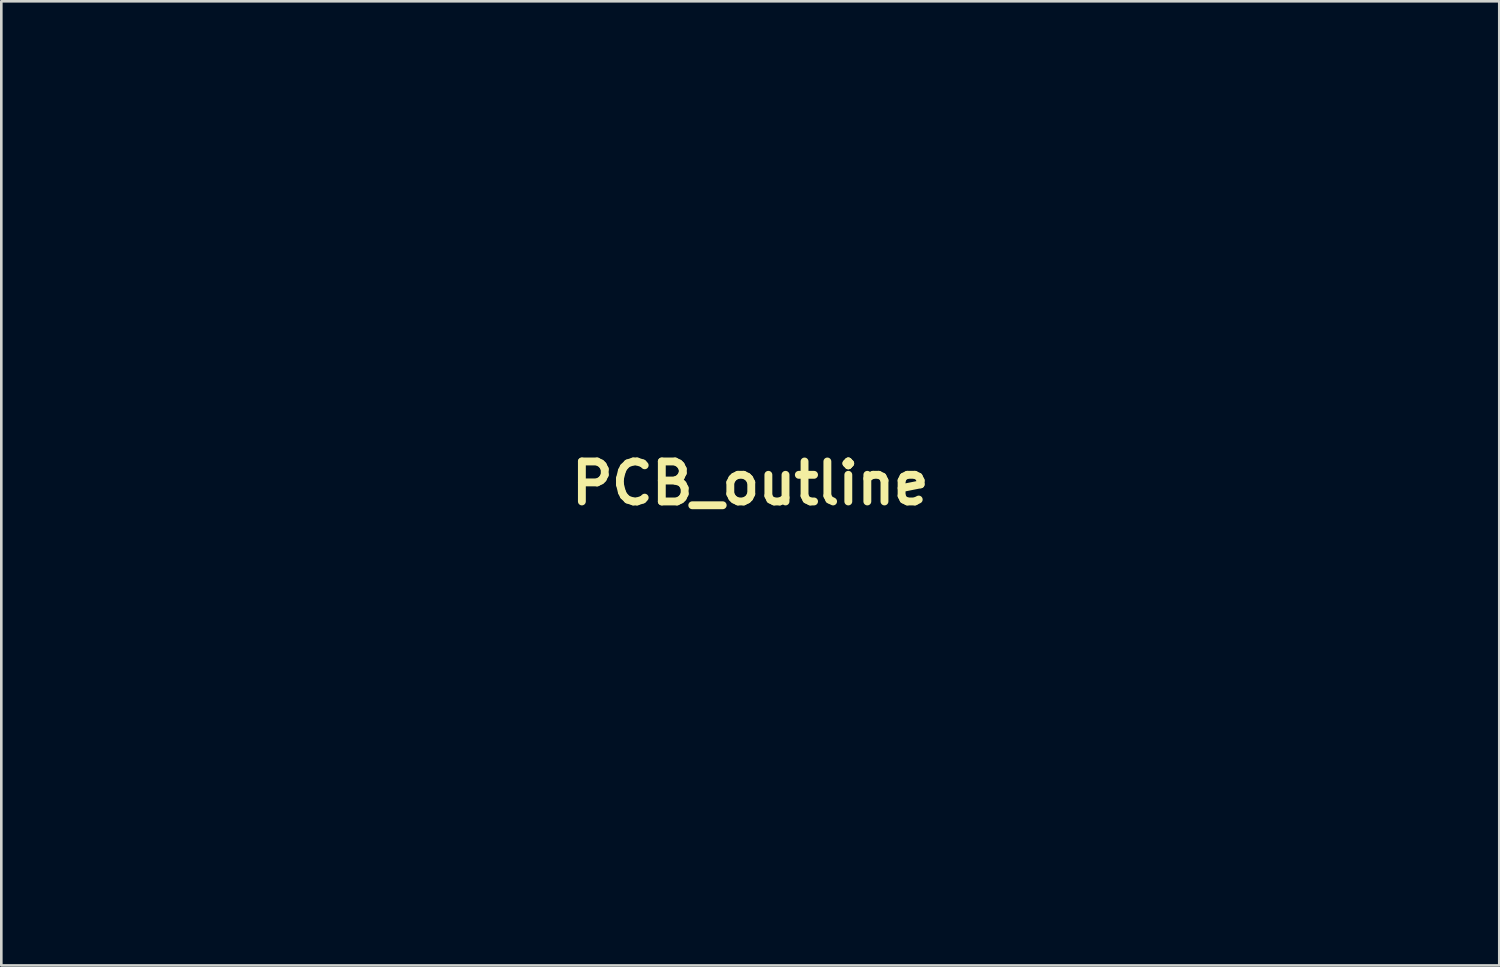
<source format=kicad_pcb>
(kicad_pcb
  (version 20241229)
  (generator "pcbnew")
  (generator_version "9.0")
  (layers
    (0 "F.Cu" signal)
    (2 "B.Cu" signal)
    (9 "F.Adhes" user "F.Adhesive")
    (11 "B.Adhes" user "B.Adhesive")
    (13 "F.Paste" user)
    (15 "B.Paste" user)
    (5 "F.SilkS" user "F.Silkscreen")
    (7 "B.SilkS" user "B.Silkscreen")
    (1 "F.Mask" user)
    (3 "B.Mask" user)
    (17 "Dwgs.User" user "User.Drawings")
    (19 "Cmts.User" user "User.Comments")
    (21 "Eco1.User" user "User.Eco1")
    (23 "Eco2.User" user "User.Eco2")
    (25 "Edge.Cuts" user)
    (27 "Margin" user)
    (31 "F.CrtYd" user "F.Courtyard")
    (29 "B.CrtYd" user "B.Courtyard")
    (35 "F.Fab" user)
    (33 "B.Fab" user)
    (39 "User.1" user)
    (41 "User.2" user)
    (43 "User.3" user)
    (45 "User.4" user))
  (footprint "PCB_outline"
    (layer "F.Cu")
    (at 25.562 15.383)
    (property "Reference" "PCB_outline" (at 0 0 0) (layer "F.SilkS") (effects (font (size 1.524 1.524) (thickness 0.3))))
    (attr through_hole)
    (fp_poly (pts (xy 25.557 15.378) (xy 14.657 15.378) (xy 14.657 12.512) (xy 19.214 12.512) (xy 19.216 12.669) (xy 19.222 12.781) (xy 19.236 12.868) (xy 19.261 12.947) (xy 19.301 13.038) (xy 19.312 13.06) (xy 19.463 13.31) (xy 19.653 13.515) (xy 19.875 13.673) (xy 20.122 13.78) (xy 20.387 13.833) (xy 20.664 13.829) (xy 20.844 13.795) (xy 21.114 13.694) (xy 21.348 13.542) (xy 21.544 13.342) (xy 21.697 13.097) (xy 21.748 12.99) (xy 21.782 12.906) (xy 21.802 12.826) (xy 21.811 12.732) (xy 21.814 12.604) (xy 21.814 12.514) (xy 21.813 12.357) (xy 21.807 12.245) (xy 21.793 12.157) (xy 21.767 12.077) (xy 21.727 11.985) (xy 21.713 11.955) (xy 21.564 11.711) (xy 21.37 11.507) (xy 21.137 11.347) (xy 20.875 11.239) (xy 20.72 11.204) (xy 20.449 11.188) (xy 20.183 11.23) (xy 19.932 11.325) (xy 19.704 11.47) (xy 19.506 11.659) (xy 19.349 11.888) (xy 19.315 11.955) (xy 19.27 12.054) (xy 19.241 12.136) (xy 19.224 12.22) (xy 19.217 12.324) (xy 19.214 12.468) (xy 19.214 12.512) (xy 14.657 12.512) (xy 14.657 11.588) (xy 12.434 11.588) (xy 12.434 8.048) (xy 10.476 8.065) (xy 10.468 9.826) (xy 10.46 11.588) (xy 8.613 11.588) (xy 8.605 9.826) (xy 8.597 8.065) (xy 7.634 8.056) (xy 6.671 8.048) (xy 6.671 11.588) (xy 4.823 11.588) (xy 4.823 8.049) (xy 2.85 8.049) (xy 2.85 11.588) (xy 1.034 11.588) (xy 1.034 8.049) (xy -0.94 8.049) (xy -0.94 11.588) (xy -2.787 11.588) (xy -2.787 8.049) (xy -4.761 8.049) (xy -4.761 11.588) (xy -6.577 11.588) (xy -6.577 8.049) (xy -8.55 8.049) (xy -8.55 11.588) (xy -10.398 11.588) (xy -10.398 9.838) (xy -10.398 9.46) (xy -10.399 9.139) (xy -10.4 8.872) (xy -10.401 8.653) (xy -10.404 8.478) (xy -10.407 8.341) (xy -10.411 8.238) (xy -10.417 8.165) (xy -10.424 8.116) (xy -10.432 8.086) (xy -10.442 8.071) (xy -10.448 8.068) (xy -10.49 8.063) (xy -10.588 8.059) (xy -10.731 8.055) (xy -10.913 8.052) (xy -11.124 8.05) (xy -11.357 8.049) (xy -11.434 8.049) (xy -12.371 8.049) (xy -12.371 11.588) (xy -14.187 11.588) (xy -14.195 9.826) (xy -14.203 8.065) (xy -15.112 8.056) (xy -15.347 8.054) (xy -15.565 8.054) (xy -15.756 8.055) (xy -15.912 8.057) (xy -16.025 8.06) (xy -16.085 8.063) (xy -16.09 8.064) (xy -16.161 8.082) (xy -16.161 11.588) (xy -18.009 11.588) (xy -18.009 8.049) (xy -19.982 8.049) (xy -19.982 11.588) (xy -21.798 11.588) (xy -21.798 8.049) (xy -23.771 8.049) (xy -23.771 11.588) (xy -25.557 11.588) (xy -25.557 8.785) (xy -22.063 5.291) (xy 18.008 5.291) (xy 18.148 5.206) (xy 18.205 5.171) (xy 18.308 5.107) (xy 18.451 5.017) (xy 18.628 4.906) (xy 18.832 4.778) (xy 19.057 4.636) (xy 19.297 4.486) (xy 19.402 4.42) (xy 20.515 3.719) (xy 21.767 4.505) (xy 23.02 5.291) (xy 23.012 0.072) (xy 23.004 -5.148) (xy 21.768 -5.862) (xy 21.514 -6.009) (xy 21.277 -6.145) (xy 21.062 -6.268) (xy 20.875 -6.375) (xy 20.722 -6.462) (xy 20.607 -6.527) (xy 20.536 -6.566) (xy 20.515 -6.577) (xy 20.485 -6.562) (xy 20.407 -6.518) (xy 20.285 -6.45) (xy 20.125 -6.359) (xy 19.934 -6.249) (xy 19.715 -6.124) (xy 19.475 -5.985) (xy 19.261 -5.862) (xy 18.024 -5.146) (xy 18.016 0.072) (xy 18.008 5.291) (xy -22.063 5.291) (xy -21.313 4.541) (xy 8.503 4.541) (xy 10.954 2.09) (xy 13.405 -0.36) (xy 13.405 -12.513) (xy 19.214 -12.513) (xy 19.216 -12.356) (xy 19.222 -12.244) (xy 19.236 -12.156) (xy 19.261 -12.076) (xy 19.301 -11.984) (xy 19.314 -11.958) (xy 19.464 -11.706) (xy 19.656 -11.5) (xy 19.891 -11.338) (xy 20.122 -11.236) (xy 20.319 -11.191) (xy 20.544 -11.183) (xy 20.774 -11.21) (xy 20.988 -11.27) (xy 21.05 -11.296) (xy 21.304 -11.445) (xy 21.51 -11.633) (xy 21.67 -11.864) (xy 21.766 -12.08) (xy 21.802 -12.19) (xy 21.822 -12.292) (xy 21.828 -12.408) (xy 21.825 -12.563) (xy 21.824 -12.566) (xy 21.814 -12.723) (xy 21.796 -12.843) (xy 21.763 -12.95) (xy 21.712 -13.069) (xy 21.571 -13.3) (xy 21.386 -13.496) (xy 21.166 -13.651) (xy 20.921 -13.761) (xy 20.661 -13.82) (xy 20.395 -13.823) (xy 20.333 -13.815) (xy 20.056 -13.741) (xy 19.803 -13.613) (xy 19.583 -13.436) (xy 19.402 -13.216) (xy 19.319 -13.07) (xy 19.272 -12.972) (xy 19.242 -12.892) (xy 19.225 -12.812) (xy 19.217 -12.712) (xy 19.215 -12.575) (xy 19.214 -12.513) (xy 13.405 -12.513) (xy 13.405 -15.378) (xy 25.557 -15.378) (xy 25.557 15.378)) (stroke (width 0.01) (type solid)) (fill yes) (layer "F.Mask")))
  (gr_rect
    (start -3 -3)
    (end 54.123 33.766)
    (stroke (width 0.1) (type default))
    (fill no)
    (layer "Edge.Cuts")))
</source>
